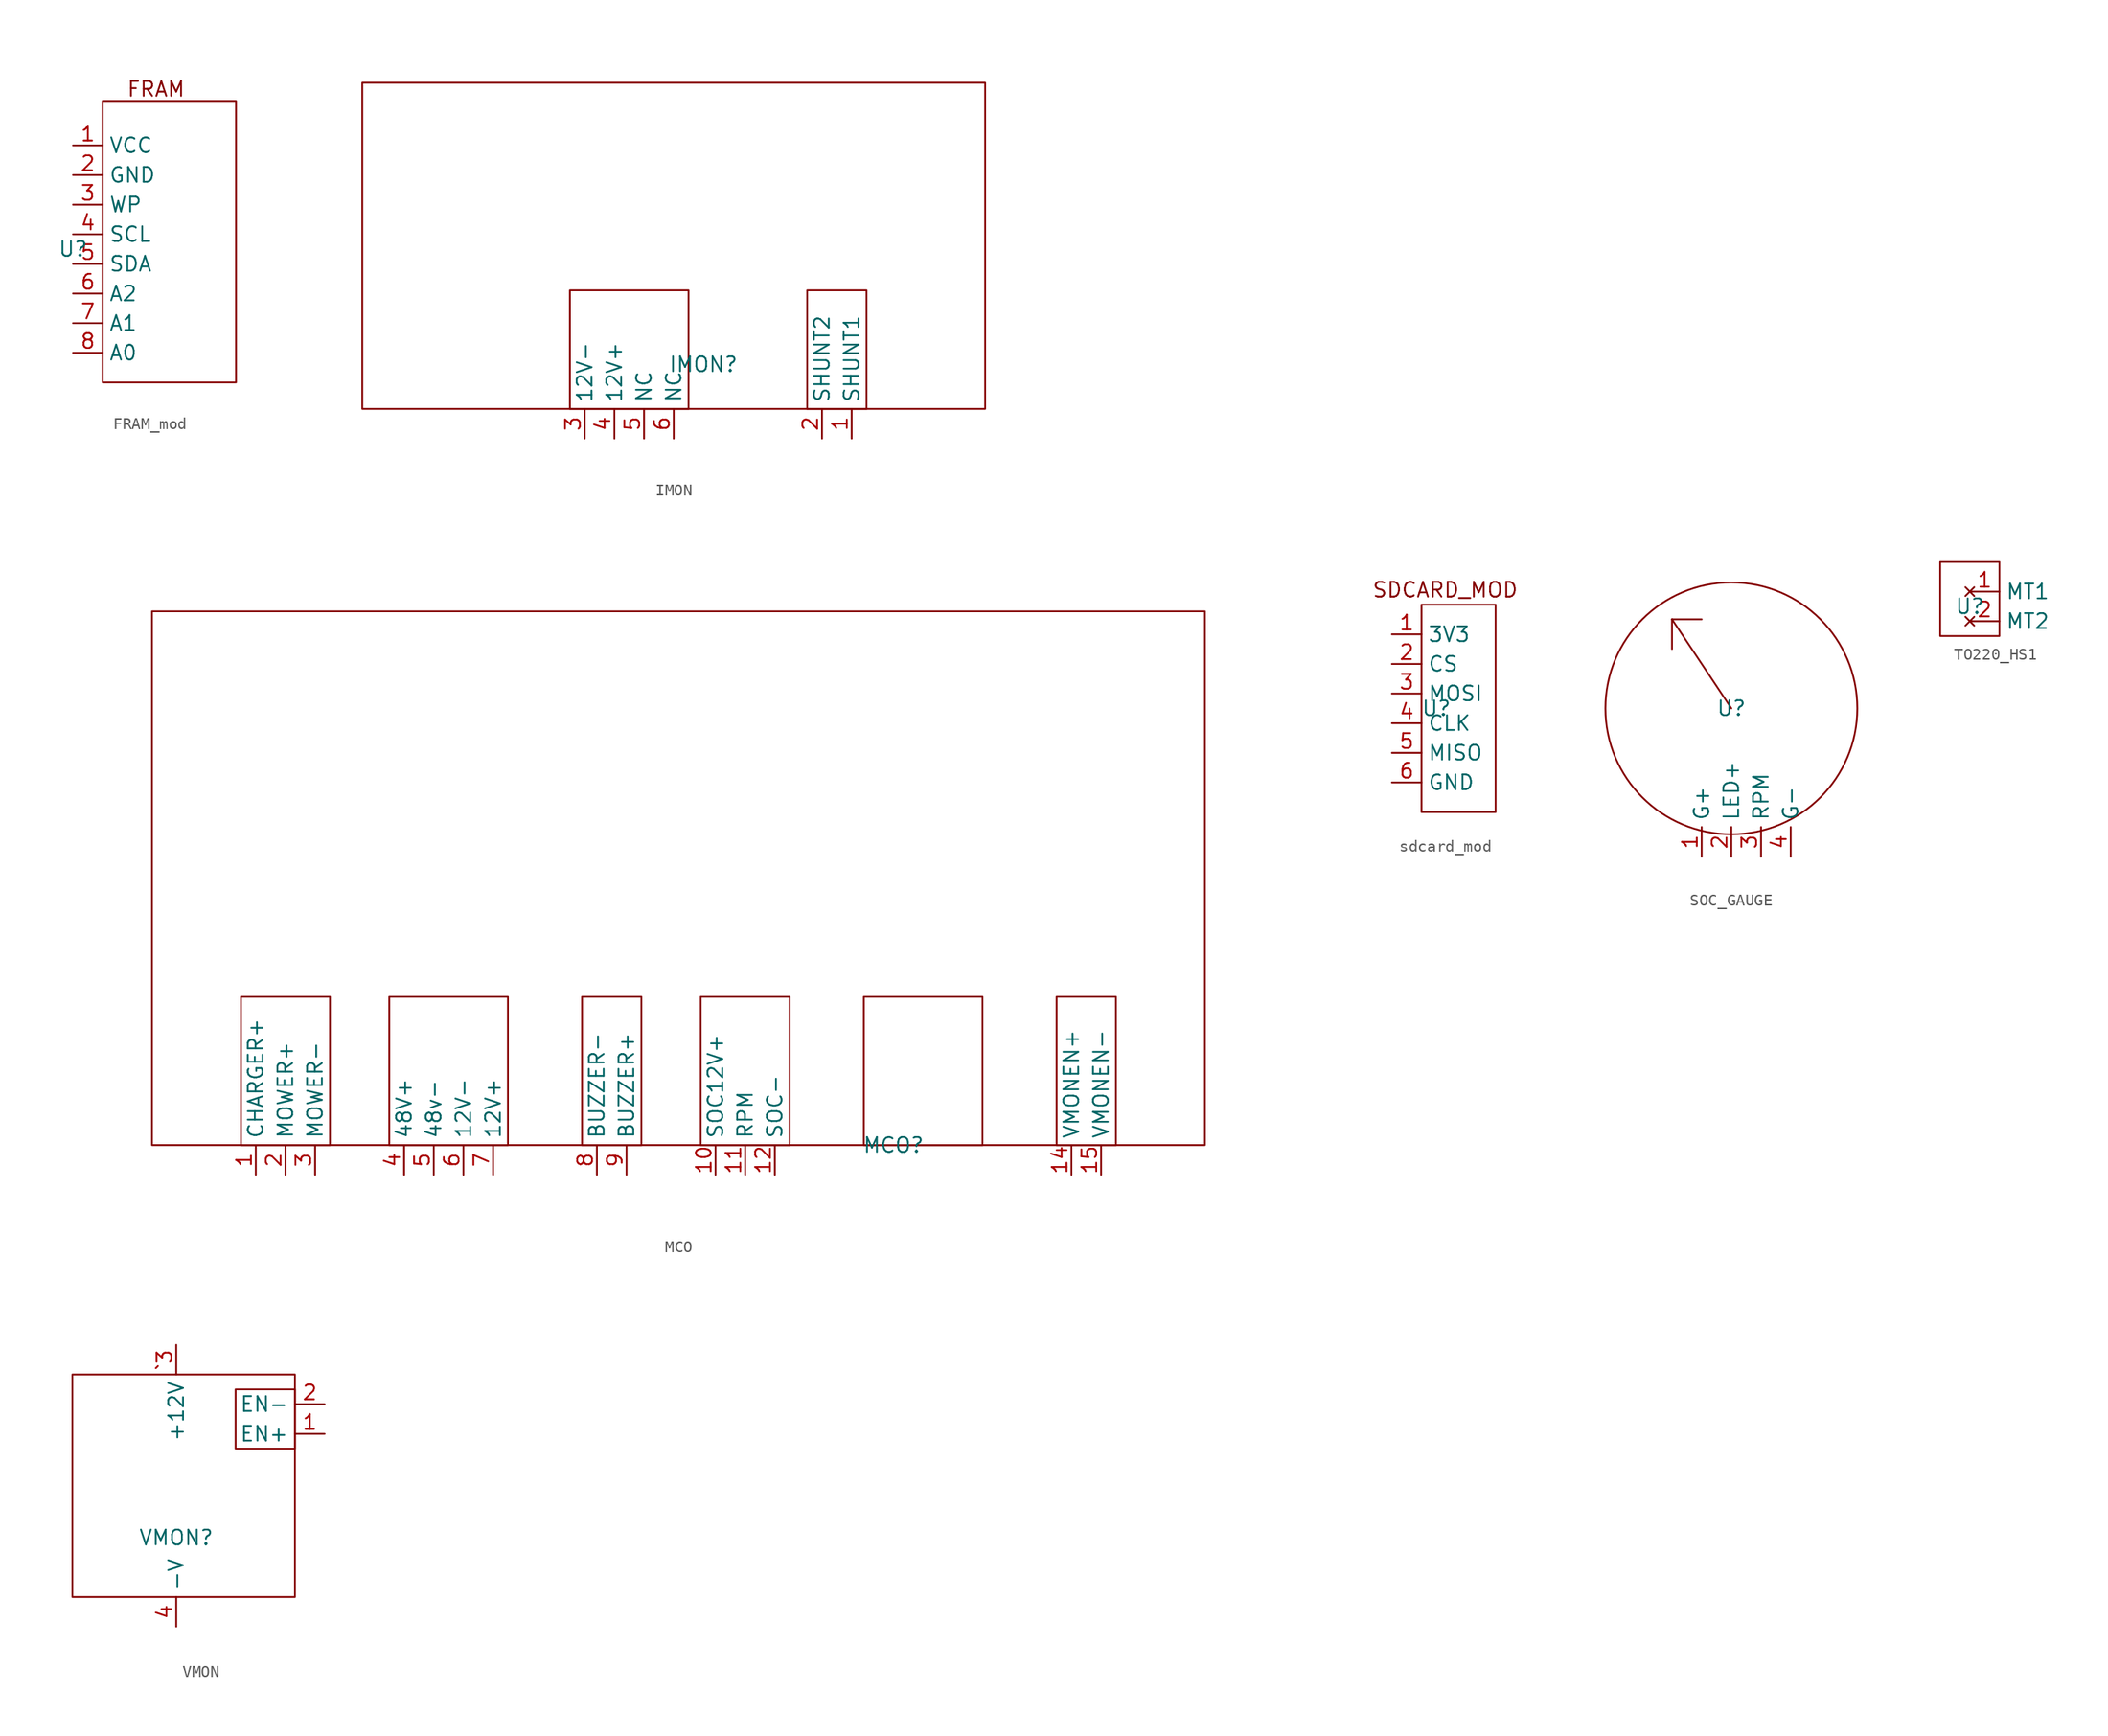
<source format=kicad_sym>
(kicad_symbol_lib
  (version 20241209)
  (generator "kicad_symbol_editor")
  (generator_version "9.0")
  (symbol "FRAM_mod"
    (property "Reference" "U"
      (at -2.54 0 0)
      (effects (font (size 1.27 1.27))))
    (property "Value" ""
      (at -2.54 0 0)
      (effects (font (size 1.27 1.27))))
    (symbol "FRAM_mod_0_1"
      (rectangle (start 0 12.7) (end 11.43 -11.43) (stroke (width 0) (type default)) (fill (type none))))
    (symbol "FRAM_mod_1_1"
      (text "FRAM" (at 4.572 13.716 0) (effects (font (size 1.27 1.27))))
      (pin power_in line (at -2.54 8.89 0) (length 2.54) (name "VCC" (effects (font (size 1.27 1.27)))) (number "1" (effects (font (size 1.27 1.27)))))
      (pin power_in line (at -2.54 6.35 0) (length 2.54) (name "GND" (effects (font (size 1.27 1.27)))) (number "2" (effects (font (size 1.27 1.27)))))
      (pin input line (at -2.54 3.81 0) (length 2.54) (name "WP" (effects (font (size 1.27 1.27)))) (number "3" (effects (font (size 1.27 1.27)))))
      (pin input line (at -2.54 1.27 0) (length 2.54) (name "SCL" (effects (font (size 1.27 1.27)))) (number "4" (effects (font (size 1.27 1.27)))))
      (pin bidirectional line (at -2.54 -1.27 0) (length 2.54) (name "SDA" (effects (font (size 1.27 1.27)))) (number "5" (effects (font (size 1.27 1.27)))))
      (pin bidirectional line (at -2.54 -3.81 0) (length 2.54) (name "A2" (effects (font (size 1.27 1.27)))) (number "6" (effects (font (size 1.27 1.27)))))
      (pin bidirectional line (at -2.54 -6.35 0) (length 2.54) (name "A1" (effects (font (size 1.27 1.27)))) (number "7" (effects (font (size 1.27 1.27)))))
      (pin bidirectional line (at -2.54 -8.89 0) (length 2.54) (name "A0" (effects (font (size 1.27 1.27)))) (number "8" (effects (font (size 1.27 1.27)))))))
  (symbol "IMON"
    (property "Reference" "IMON"
      (at -3.81 3.81 0)
      (effects (font (size 1.27 1.27))))
    (property "Value" ""
      (at 0 0 0)
      (effects (font (size 1.27 1.27))))
    (symbol "IMON_0_1"
      (rectangle (start -33.02 0) (end 20.32 27.94) (stroke (width 0) (type default)) (fill (type none)))
      (rectangle (start -15.24 10.16) (end -5.08 0) (stroke (width 0) (type default)) (fill (type none)))
      (rectangle (start 5.08 0) (end 10.16 10.16) (stroke (width 0) (type default)) (fill (type none))))
    (symbol "IMON_1_1"
      (pin power_in line (at -13.97 -2.54 90) (length 2.54) (name "12V-" (effects (font (size 1.27 1.27)))) (number "3" (effects (font (size 1.27 1.27)))))
      (pin power_in line (at -11.43 -2.54 90) (length 2.54) (name "12V+" (effects (font (size 1.27 1.27)))) (number "4" (effects (font (size 1.27 1.27)))))
      (pin free line (at -8.89 -2.54 90) (length 2.54) (name "NC" (effects (font (size 1.27 1.27)))) (number "5" (effects (font (size 1.27 1.27)))))
      (pin free line (at -6.35 -2.54 90) (length 2.54) (name "NC" (effects (font (size 1.27 1.27)))) (number "6" (effects (font (size 1.27 1.27)))))
      (pin input line (at 6.35 -2.54 90) (length 2.54) (name "SHUNT2" (effects (font (size 1.27 1.27)))) (number "2" (effects (font (size 1.27 1.27)))))
      (pin input line (at 8.89 -2.54 90) (length 2.54) (name "SHUNT1" (effects (font (size 1.27 1.27)))) (number "1" (effects (font (size 1.27 1.27)))))))
  (symbol "MCO"
    (property "Reference" "MCO"
      (at 0 0 0)
      (effects (font (size 1.27 1.27))))
    (property "Value" ""
      (at 0 0 0)
      (effects (font (size 1.27 1.27))))
    (symbol "MCO_0_1"
      (rectangle (start -63.5 0) (end 26.67 45.72) (stroke (width 0) (type default)) (fill (type none)))
      (rectangle (start -55.88 12.7) (end -48.26 0) (stroke (width 0) (type default)) (fill (type none)))
      (rectangle (start -43.18 12.7) (end -33.02 0) (stroke (width 0) (type default)) (fill (type none)))
      (rectangle (start -26.67 12.7) (end -21.59 0) (stroke (width 0) (type default)) (fill (type none)))
      (rectangle (start -16.51 0) (end -8.89 12.7) (stroke (width 0) (type default)) (fill (type none)))
      (rectangle (start -2.54 12.7) (end 7.62 0) (stroke (width 0) (type default)) (fill (type none)))
      (rectangle (start 13.97 12.7) (end 19.05 0) (stroke (width 0) (type default)) (fill (type none))))
    (symbol "MCO_1_1"
      (pin power_in line (at -54.61 -2.54 90) (length 2.54) (name "CHARGER+" (effects (font (size 1.27 1.27)))) (number "1" (effects (font (size 1.27 1.27)))))
      (pin power_in line (at -52.07 -2.54 90) (length 2.54) (name "MOWER+" (effects (font (size 1.27 1.27)))) (number "2" (effects (font (size 1.27 1.27)))))
      (pin power_in line (at -49.53 -2.54 90) (length 2.54) (name "MOWER-" (effects (font (size 1.27 1.27)))) (number "3" (effects (font (size 1.27 1.27)))))
      (pin power_out line (at -41.91 -2.54 90) (length 2.54) (name "48V+" (effects (font (size 1.27 1.27)))) (number "4" (effects (font (size 1.27 1.27)))))
      (pin power_out line (at -39.37 -2.54 90) (length 2.54) (name "48v-" (effects (font (size 1.27 1.27)))) (number "5" (effects (font (size 1.27 1.27)))))
      (pin power_in line (at -36.83 -2.54 90) (length 2.54) (name "12V-" (effects (font (size 1.27 1.27)))) (number "6" (effects (font (size 1.27 1.27)))))
      (pin power_in line (at -34.29 -2.54 90) (length 2.54) (name "12V+" (effects (font (size 1.27 1.27)))) (number "7" (effects (font (size 1.27 1.27)))))
      (pin output line (at -25.4 -2.54 90) (length 2.54) (name "BUZZER-" (effects (font (size 1.27 1.27)))) (number "8" (effects (font (size 1.27 1.27)))))
      (pin output line (at -22.86 -2.54 90) (length 2.54) (name "BUZZER+" (effects (font (size 1.27 1.27)))) (number "9" (effects (font (size 1.27 1.27)))))
      (pin output line (at -15.24 -2.54 90) (length 2.54) (name "SOC12V+" (effects (font (size 1.27 1.27)))) (number "10" (effects (font (size 1.27 1.27)))))
      (pin output line (at -12.7 -2.54 90) (length 2.54) (name "RPM" (effects (font (size 1.27 1.27)))) (number "11" (effects (font (size 1.27 1.27)))))
      (pin output line (at -10.16 -2.54 90) (length 2.54) (name "SOC-" (effects (font (size 1.27 1.27)))) (number "12" (effects (font (size 1.27 1.27)))))
      (pin output line (at 15.24 -2.54 90) (length 2.54) (name "VMONEN+" (effects (font (size 1.27 1.27)))) (number "14" (effects (font (size 1.27 1.27)))))
      (pin output line (at 17.78 -2.54 90) (length 2.54) (name "VMONEN-" (effects (font (size 1.27 1.27)))) (number "15" (effects (font (size 1.27 1.27)))))))
  (symbol "sdcard_mod"
    (property "Reference" "U"
      (at 0 0 0)
      (effects (font (size 1.27 1.27))))
    (property "Value" ""
      (at 0 0 0)
      (effects (font (size 1.27 1.27))))
    (symbol "sdcard_mod_0_1"
      (rectangle (start -1.27 8.89) (end 5.08 -8.89) (stroke (width 0) (type default)) (fill (type none))))
    (symbol "sdcard_mod_1_1"
      (text "SDCARD_MOD" (at 0.762 10.16 0) (effects (font (size 1.27 1.27))))
      (pin power_in line (at -3.81 6.35 0) (length 2.54) (name "3V3" (effects (font (size 1.27 1.27)))) (number "1" (effects (font (size 1.27 1.27)))))
      (pin input line (at -3.81 3.81 0) (length 2.54) (name "CS" (effects (font (size 1.27 1.27)))) (number "2" (effects (font (size 1.27 1.27)))))
      (pin input line (at -3.81 1.27 0) (length 2.54) (name "MOSI" (effects (font (size 1.27 1.27)))) (number "3" (effects (font (size 1.27 1.27)))))
      (pin input line (at -3.81 -1.27 0) (length 2.54) (name "CLK" (effects (font (size 1.27 1.27)))) (number "4" (effects (font (size 1.27 1.27)))))
      (pin output line (at -3.81 -3.81 0) (length 2.54) (name "MISO" (effects (font (size 1.27 1.27)))) (number "5" (effects (font (size 1.27 1.27)))))
      (pin power_in line (at -3.81 -6.35 0) (length 2.54) (name "GND" (effects (font (size 1.27 1.27)))) (number "6" (effects (font (size 1.27 1.27)))))))
  (symbol "SOC_GAUGE"
    (property "Reference" "U"
      (at 0 0 0)
      (effects (font (size 1.27 1.27))))
    (property "Value" ""
      (at 0 0 0)
      (effects (font (size 1.27 1.27))))
    (symbol "SOC_GAUGE_0_1"
      (polyline (pts (xy -5.08 7.62) (xy -2.54 7.62)) (stroke (width 0) (type default)) (fill (type none)))
      (polyline (pts (xy -5.08 5.08) (xy -5.08 7.62)) (stroke (width 0) (type default)) (fill (type none)))
      (polyline (pts (xy 0 0) (xy -5.08 7.62)) (stroke (width 0) (type default)) (fill (type none)))
      (circle (center 0 0) (radius 10.776) (stroke (width 0) (type default)) (fill (type none))))
    (symbol "SOC_GAUGE_1_1"
      (pin power_in line (at -2.54 -12.7 90) (length 2.54) (name "G+" (effects (font (size 1.27 1.27)))) (number "1" (effects (font (size 1.27 1.27)))))
      (pin power_in line (at 0 -12.7 90) (length 2.54) (name "LED+" (effects (font (size 1.27 1.27)))) (number "2" (effects (font (size 1.27 1.27)))))
      (pin input line (at 2.54 -12.7 90) (length 2.54) (name "RPM" (effects (font (size 1.27 1.27)))) (number "3" (effects (font (size 1.27 1.27)))))
      (pin power_in line (at 5.08 -12.7 90) (length 2.54) (name "G-" (effects (font (size 1.27 1.27)))) (number "4" (effects (font (size 1.27 1.27)))))))
  (symbol "TO220_HS1"
    (property "Reference" "U"
      (at 0 0 0)
      (effects (font (size 1.27 1.27))))
    (property "Value" ""
      (at 0 0 0)
      (effects (font (size 1.27 1.27))))
    (symbol "TO220_HS1_0_1"
      (rectangle (start -2.54 3.81) (end 2.54 -2.54) (stroke (width 0) (type default)) (fill (type none))))
    (symbol "TO220_HS1_1_1"
      (pin no_connect line (at 0 1.27 0) (length 2.54) (name "MT1" (effects (font (size 1.27 1.27)))) (number "1" (effects (font (size 1.27 1.27)))))
      (pin no_connect line (at 0 -1.27 0) (length 2.54) (name "MT2" (effects (font (size 1.27 1.27)))) (number "2" (effects (font (size 1.27 1.27)))))))
  (symbol "VMON"
    (property "Reference" "VMON"
      (at 0 0 0)
      (effects (font (size 1.27 1.27))))
    (property "Value" ""
      (at 0 0 0)
      (effects (font (size 1.27 1.27))))
    (symbol "VMON_0_1"
      (rectangle (start -8.89 13.97) (end 10.16 -5.08) (stroke (width 0) (type default)) (fill (type none)))
      (rectangle (start 10.16 12.7) (end 5.08 7.62) (stroke (width 0) (type default)) (fill (type none))))
    (symbol "VMON_1_1"
      (pin power_in line (at 0 16.51 270) (length 2.54) (name "+12V" (effects (font (size 1.27 1.27)))) (number "`3" (effects (font (size 1.27 1.27)))))
      (pin power_in line (at 0 -7.62 90) (length 2.54) (name "-V" (effects (font (size 1.27 1.27)))) (number "4" (effects (font (size 1.27 1.27)))))
      (pin input line (at 12.7 11.43 180) (length 2.54) (name "EN-" (effects (font (size 1.27 1.27)))) (number "2" (effects (font (size 1.27 1.27)))))
      (pin input line (at 12.7 8.89 180) (length 2.54) (name "EN+" (effects (font (size 1.27 1.27)))) (number "1" (effects (font (size 1.27 1.27))))))))
</source>
